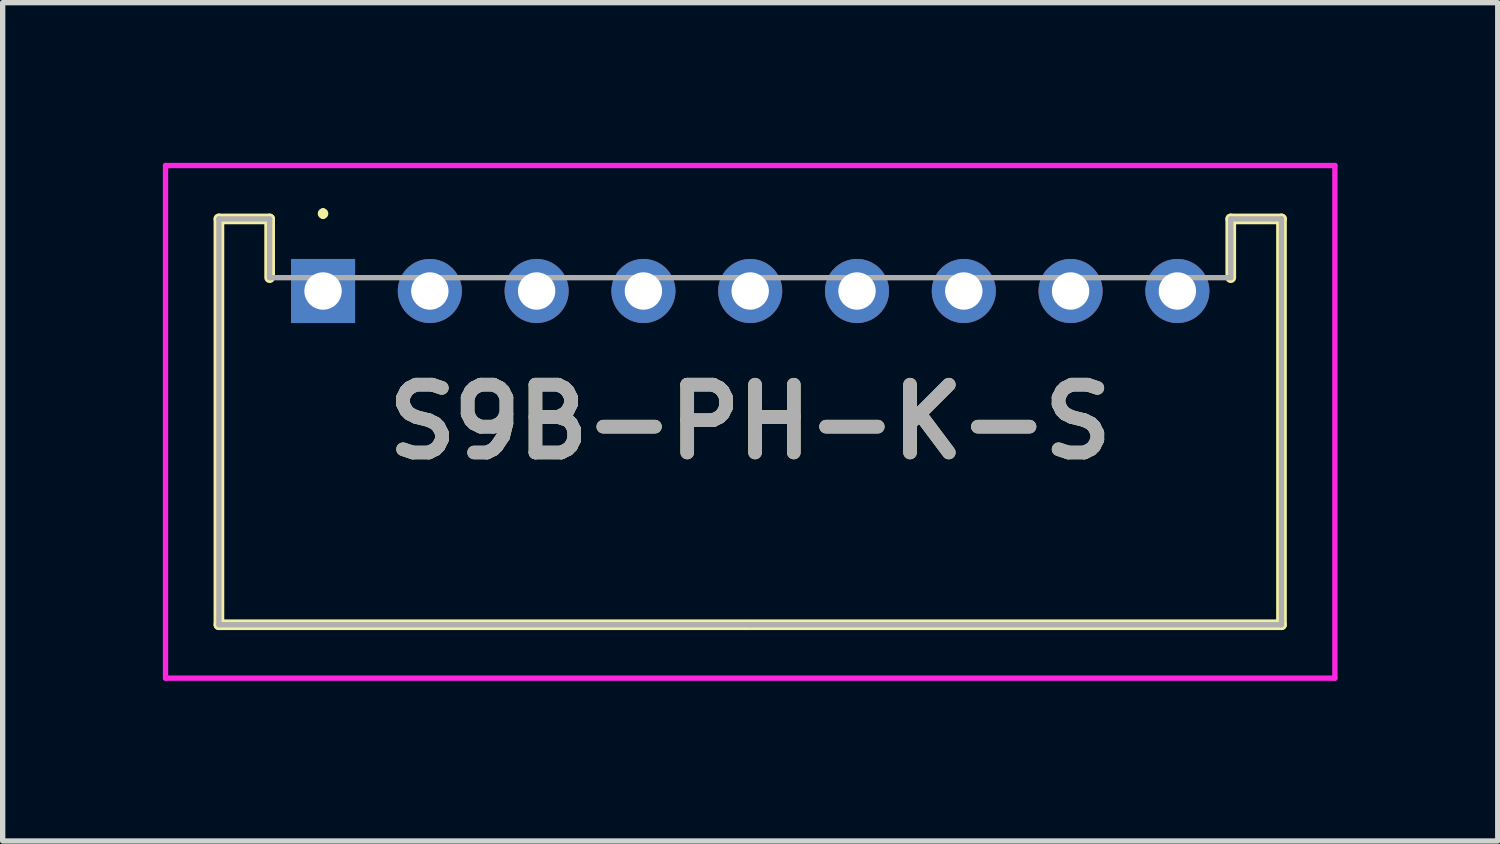
<source format=kicad_pcb>
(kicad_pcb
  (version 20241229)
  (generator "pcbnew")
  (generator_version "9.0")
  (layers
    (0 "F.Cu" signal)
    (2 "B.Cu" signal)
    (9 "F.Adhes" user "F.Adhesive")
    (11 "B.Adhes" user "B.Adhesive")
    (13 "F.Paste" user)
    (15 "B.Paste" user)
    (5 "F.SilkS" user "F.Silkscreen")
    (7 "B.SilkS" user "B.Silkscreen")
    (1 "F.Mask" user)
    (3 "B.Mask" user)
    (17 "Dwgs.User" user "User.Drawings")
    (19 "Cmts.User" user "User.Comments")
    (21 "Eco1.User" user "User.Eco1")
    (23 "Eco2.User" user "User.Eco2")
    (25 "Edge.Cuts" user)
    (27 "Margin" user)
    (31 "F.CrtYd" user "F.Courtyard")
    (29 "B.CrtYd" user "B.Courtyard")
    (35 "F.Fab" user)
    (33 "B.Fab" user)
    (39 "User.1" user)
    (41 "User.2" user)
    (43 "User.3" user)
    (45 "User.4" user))
  (footprint "S9B-PH-K-S"
    (layer "F.Cu")
    (at 3 2.4)
    (property "Reference" "S9B-PH-K-S" (at 8 2.45 0) (layer "F.SilkS") (effects (font (size 1.27 1.27) (thickness 0.254))))
    (attr through_hole)
    (fp_line (start -1.95 -1.35) (end -1.95 6.25) (stroke (width 0.2) (type solid)) (layer "F.SilkS"))
    (fp_line (start -1.95 6.25) (end 17.95 6.25) (stroke (width 0.2) (type solid)) (layer "F.SilkS"))
    (fp_line (start -1 -1.35) (end -1.95 -1.35) (stroke (width 0.2) (type solid)) (layer "F.SilkS"))
    (fp_line (start -1 -0.25) (end -1 -1.35) (stroke (width 0.2) (type solid)) (layer "F.SilkS"))
    (fp_line (start 0 -1.5) (end 0 -1.5) (stroke (width 0.1) (type solid)) (layer "F.SilkS"))
    (fp_line (start 0 -1.4) (end 0 -1.4) (stroke (width 0.1) (type solid)) (layer "F.SilkS"))
    (fp_line (start 17 -1.35) (end 17 -0.25) (stroke (width 0.2) (type solid)) (layer "F.SilkS"))
    (fp_line (start 17.95 -1.35) (end 17 -1.35) (stroke (width 0.2) (type solid)) (layer "F.SilkS"))
    (fp_line (start 17.95 6.25) (end 17.95 -1.35) (stroke (width 0.2) (type solid)) (layer "F.SilkS"))
    (fp_arc (start 0 -1.5) (mid 0.05 -1.45) (end 0 -1.4) (stroke (width 0.1) (type solid)) (layer "F.SilkS"))
    (fp_arc (start 0 -1.4) (mid -0.05 -1.45) (end 0 -1.5) (stroke (width 0.1) (type solid)) (layer "F.SilkS"))
    (fp_line (start -2.95 -2.35) (end 18.95 -2.35) (stroke (width 0.1) (type solid)) (layer "F.CrtYd"))
    (fp_line (start -2.95 7.25) (end -2.95 -2.35) (stroke (width 0.1) (type solid)) (layer "F.CrtYd"))
    (fp_line (start 18.95 -2.35) (end 18.95 7.25) (stroke (width 0.1) (type solid)) (layer "F.CrtYd"))
    (fp_line (start 18.95 7.25) (end -2.95 7.25) (stroke (width 0.1) (type solid)) (layer "F.CrtYd"))
    (fp_line (start -1.95 -1.35) (end -1.95 6.25) (stroke (width 0.1) (type solid)) (layer "F.Fab"))
    (fp_line (start -1.95 6.25) (end 8 6.25) (stroke (width 0.1) (type solid)) (layer "F.Fab"))
    (fp_line (start -1 -1.35) (end -1.95 -1.35) (stroke (width 0.1) (type solid)) (layer "F.Fab"))
    (fp_line (start -1 -0.25) (end -1 -1.35) (stroke (width 0.1) (type solid)) (layer "F.Fab"))
    (fp_line (start 8 6.25) (end 17.95 6.25) (stroke (width 0.1) (type solid)) (layer "F.Fab"))
    (fp_line (start 17 -1.35) (end 17 -0.25) (stroke (width 0.1) (type solid)) (layer "F.Fab"))
    (fp_line (start 17 -0.25) (end -1 -0.25) (stroke (width 0.1) (type solid)) (layer "F.Fab"))
    (fp_line (start 17.95 -1.35) (end 17 -1.35) (stroke (width 0.1) (type solid)) (layer "F.Fab"))
    (fp_line (start 17.95 6.25) (end 17.95 -1.35) (stroke (width 0.1) (type solid)) (layer "F.Fab"))
    (fp_text user "${REFERENCE}" (at 8 2.45 0) (layer "F.Fab") (effects (font (size 1.27 1.27) (thickness 0.254))))
    (pad "1" thru_hole rect (at 0 0) (size 1.2 1.2) (drill 0.7) (layers "*.Cu" "*.Mask"))
    (pad "2" thru_hole circle (at 2 0) (size 1.2 1.2) (drill 0.7) (layers "*.Cu" "*.Mask"))
    (pad "3" thru_hole circle (at 4 0) (size 1.2 1.2) (drill 0.7) (layers "*.Cu" "*.Mask"))
    (pad "4" thru_hole circle (at 6 0) (size 1.2 1.2) (drill 0.7) (layers "*.Cu" "*.Mask"))
    (pad "5" thru_hole circle (at 8 0) (size 1.2 1.2) (drill 0.7) (layers "*.Cu" "*.Mask"))
    (pad "6" thru_hole circle (at 10 0) (size 1.2 1.2) (drill 0.7) (layers "*.Cu" "*.Mask"))
    (pad "7" thru_hole circle (at 12 0) (size 1.2 1.2) (drill 0.7) (layers "*.Cu" "*.Mask"))
    (pad "8" thru_hole circle (at 14 0) (size 1.2 1.2) (drill 0.7) (layers "*.Cu" "*.Mask"))
    (pad "9" thru_hole circle (at 16 0) (size 1.2 1.2) (drill 0.7) (layers "*.Cu" "*.Mask")))
  (gr_rect
    (start -3 -3)
    (end 25 12.7)
    (stroke (width 0.1) (type default))
    (fill no)
    (layer "Edge.Cuts")))
</source>
